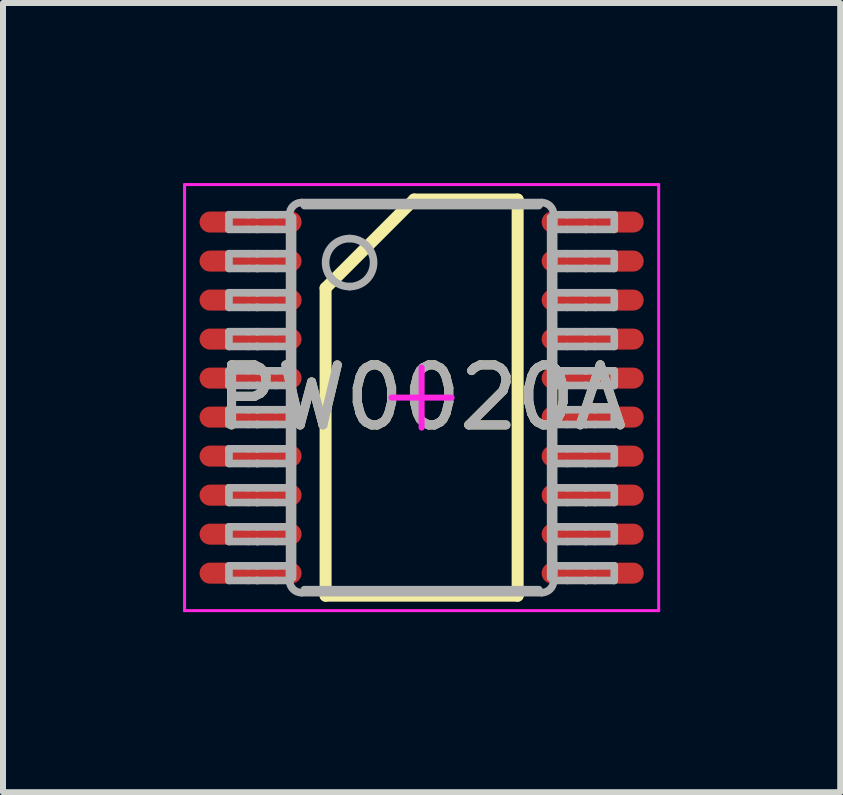
<source format=kicad_pcb>
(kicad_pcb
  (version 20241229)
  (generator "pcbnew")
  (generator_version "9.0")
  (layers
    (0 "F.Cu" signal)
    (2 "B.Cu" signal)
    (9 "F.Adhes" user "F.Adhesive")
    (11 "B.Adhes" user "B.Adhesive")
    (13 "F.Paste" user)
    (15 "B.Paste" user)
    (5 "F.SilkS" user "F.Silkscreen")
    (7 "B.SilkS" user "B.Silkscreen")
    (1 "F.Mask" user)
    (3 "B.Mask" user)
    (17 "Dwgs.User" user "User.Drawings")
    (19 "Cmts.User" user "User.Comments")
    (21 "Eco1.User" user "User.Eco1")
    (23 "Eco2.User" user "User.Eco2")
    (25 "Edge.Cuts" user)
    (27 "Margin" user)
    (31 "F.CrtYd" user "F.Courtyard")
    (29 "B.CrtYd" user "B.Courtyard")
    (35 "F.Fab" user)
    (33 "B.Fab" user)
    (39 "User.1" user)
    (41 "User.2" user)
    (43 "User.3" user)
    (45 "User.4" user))
  (footprint "PW0020A"
    (layer "F.Cu")
    (at 3.975 3.575)
    (property "Reference" "PW0020A" (at 0 0 0) (unlocked yes) (layer "F.SilkS") (effects (font (size 1 1) (thickness 0.15))))
    (attr smd)
    (fp_line (start -1.6 -1.825) (end -0.125 -3.3) (stroke (width 0.2) (type solid)) (layer "F.SilkS"))
    (fp_line (start -1.6 3.3) (end -1.6 -1.825) (stroke (width 0.2) (type solid)) (layer "F.SilkS"))
    (fp_line (start -1.6 3.3) (end 1.6 3.3) (stroke (width 0.2) (type solid)) (layer "F.SilkS"))
    (fp_line (start -0.125 -3.3) (end 1.6 -3.3) (stroke (width 0.2) (type solid)) (layer "F.SilkS"))
    (fp_line (start 1.6 3.3) (end 1.6 -3.3) (stroke (width 0.2) (type solid)) (layer "F.SilkS"))
    (fp_line (start -3.95 -3.55) (end 3.95 -3.55) (stroke (width 0.05) (type solid)) (layer "F.CrtYd"))
    (fp_line (start -3.95 3.55) (end -3.95 -3.55) (stroke (width 0.05) (type solid)) (layer "F.CrtYd"))
    (fp_line (start -3.95 3.55) (end 3.95 3.55) (stroke (width 0.05) (type solid)) (layer "F.CrtYd"))
    (fp_line (start -0.5 0) (end 0.5 0) (stroke (width 0.1) (type solid)) (layer "F.CrtYd"))
    (fp_line (start 0 0.5) (end 0 -0.5) (stroke (width 0.1) (type solid)) (layer "F.CrtYd"))
    (fp_line (start 3.95 3.55) (end 3.95 -3.55) (stroke (width 0.05) (type solid)) (layer "F.CrtYd"))
    (fp_line (start -3.21 -3.047) (end -2.887 -3.047) (stroke (width 0.127) (type solid)) (layer "F.Fab"))
    (fp_line (start -3.21 -2.803) (end -3.21 -3.047) (stroke (width 0.127) (type solid)) (layer "F.Fab"))
    (fp_line (start -3.21 -2.803) (end -2.887 -2.803) (stroke (width 0.127) (type solid)) (layer "F.Fab"))
    (fp_line (start -3.21 -2.398) (end -2.887 -2.398) (stroke (width 0.127) (type solid)) (layer "F.Fab"))
    (fp_line (start -3.21 -2.152) (end -3.21 -2.398) (stroke (width 0.127) (type solid)) (layer "F.Fab"))
    (fp_line (start -3.21 -2.152) (end -2.887 -2.152) (stroke (width 0.127) (type solid)) (layer "F.Fab"))
    (fp_line (start -3.21 -1.747) (end -2.887 -1.747) (stroke (width 0.127) (type solid)) (layer "F.Fab"))
    (fp_line (start -3.21 -1.503) (end -3.21 -1.747) (stroke (width 0.127) (type solid)) (layer "F.Fab"))
    (fp_line (start -3.21 -1.503) (end -2.887 -1.503) (stroke (width 0.127) (type solid)) (layer "F.Fab"))
    (fp_line (start -3.21 -1.098) (end -2.887 -1.098) (stroke (width 0.127) (type solid)) (layer "F.Fab"))
    (fp_line (start -3.21 -0.852) (end -3.21 -1.098) (stroke (width 0.127) (type solid)) (layer "F.Fab"))
    (fp_line (start -3.21 -0.852) (end -2.887 -0.852) (stroke (width 0.127) (type solid)) (layer "F.Fab"))
    (fp_line (start -3.21 -0.447) (end -2.887 -0.447) (stroke (width 0.127) (type solid)) (layer "F.Fab"))
    (fp_line (start -3.21 -0.202) (end -3.21 -0.447) (stroke (width 0.127) (type solid)) (layer "F.Fab"))
    (fp_line (start -3.21 -0.202) (end -2.887 -0.202) (stroke (width 0.127) (type solid)) (layer "F.Fab"))
    (fp_line (start -3.21 0.202) (end -2.887 0.202) (stroke (width 0.127) (type solid)) (layer "F.Fab"))
    (fp_line (start -3.21 0.448) (end -3.21 0.202) (stroke (width 0.127) (type solid)) (layer "F.Fab"))
    (fp_line (start -3.21 0.448) (end -2.887 0.448) (stroke (width 0.127) (type solid)) (layer "F.Fab"))
    (fp_line (start -3.21 0.853) (end -2.887 0.853) (stroke (width 0.127) (type solid)) (layer "F.Fab"))
    (fp_line (start -3.21 1.098) (end -3.21 0.853) (stroke (width 0.127) (type solid)) (layer "F.Fab"))
    (fp_line (start -3.21 1.098) (end -2.887 1.098) (stroke (width 0.127) (type solid)) (layer "F.Fab"))
    (fp_line (start -3.21 1.503) (end -2.887 1.503) (stroke (width 0.127) (type solid)) (layer "F.Fab"))
    (fp_line (start -3.21 1.748) (end -3.21 1.503) (stroke (width 0.127) (type solid)) (layer "F.Fab"))
    (fp_line (start -3.21 1.748) (end -2.887 1.748) (stroke (width 0.127) (type solid)) (layer "F.Fab"))
    (fp_line (start -3.21 2.153) (end -2.887 2.153) (stroke (width 0.127) (type solid)) (layer "F.Fab"))
    (fp_line (start -3.21 2.398) (end -3.21 2.153) (stroke (width 0.127) (type solid)) (layer "F.Fab"))
    (fp_line (start -3.21 2.398) (end -2.887 2.398) (stroke (width 0.127) (type solid)) (layer "F.Fab"))
    (fp_line (start -3.21 2.803) (end -2.887 2.803) (stroke (width 0.127) (type solid)) (layer "F.Fab"))
    (fp_line (start -3.21 3.047) (end -3.21 2.803) (stroke (width 0.127) (type solid)) (layer "F.Fab"))
    (fp_line (start -3.21 3.047) (end -2.887 3.047) (stroke (width 0.127) (type solid)) (layer "F.Fab"))
    (fp_line (start -2.887 -3.047) (end -2.739 -3.047) (stroke (width 0.127) (type solid)) (layer "F.Fab"))
    (fp_line (start -2.887 -2.803) (end -2.739 -2.803) (stroke (width 0.127) (type solid)) (layer "F.Fab"))
    (fp_line (start -2.887 -2.398) (end -2.739 -2.398) (stroke (width 0.127) (type solid)) (layer "F.Fab"))
    (fp_line (start -2.887 -2.152) (end -2.739 -2.152) (stroke (width 0.127) (type solid)) (layer "F.Fab"))
    (fp_line (start -2.887 -1.747) (end -2.739 -1.747) (stroke (width 0.127) (type solid)) (layer "F.Fab"))
    (fp_line (start -2.887 -1.503) (end -2.739 -1.503) (stroke (width 0.127) (type solid)) (layer "F.Fab"))
    (fp_line (start -2.887 -1.098) (end -2.739 -1.098) (stroke (width 0.127) (type solid)) (layer "F.Fab"))
    (fp_line (start -2.887 -0.852) (end -2.739 -0.852) (stroke (width 0.127) (type solid)) (layer "F.Fab"))
    (fp_line (start -2.887 -0.447) (end -2.739 -0.447) (stroke (width 0.127) (type solid)) (layer "F.Fab"))
    (fp_line (start -2.887 -0.202) (end -2.739 -0.202) (stroke (width 0.127) (type solid)) (layer "F.Fab"))
    (fp_line (start -2.887 0.202) (end -2.739 0.202) (stroke (width 0.127) (type solid)) (layer "F.Fab"))
    (fp_line (start -2.887 0.448) (end -2.739 0.448) (stroke (width 0.127) (type solid)) (layer "F.Fab"))
    (fp_line (start -2.887 0.853) (end -2.739 0.853) (stroke (width 0.127) (type solid)) (layer "F.Fab"))
    (fp_line (start -2.887 1.098) (end -2.739 1.098) (stroke (width 0.127) (type solid)) (layer "F.Fab"))
    (fp_line (start -2.887 1.503) (end -2.739 1.503) (stroke (width 0.127) (type solid)) (layer "F.Fab"))
    (fp_line (start -2.887 1.748) (end -2.739 1.748) (stroke (width 0.127) (type solid)) (layer "F.Fab"))
    (fp_line (start -2.887 2.153) (end -2.739 2.153) (stroke (width 0.127) (type solid)) (layer "F.Fab"))
    (fp_line (start -2.887 2.398) (end -2.739 2.398) (stroke (width 0.127) (type solid)) (layer "F.Fab"))
    (fp_line (start -2.887 2.803) (end -2.739 2.803) (stroke (width 0.127) (type solid)) (layer "F.Fab"))
    (fp_line (start -2.887 3.047) (end -2.739 3.047) (stroke (width 0.127) (type solid)) (layer "F.Fab"))
    (fp_line (start -2.739 -3.047) (end -2.733 -3.047) (stroke (width 0.127) (type solid)) (layer "F.Fab"))
    (fp_line (start -2.739 -2.803) (end -2.733 -2.803) (stroke (width 0.127) (type solid)) (layer "F.Fab"))
    (fp_line (start -2.739 -2.398) (end -2.733 -2.398) (stroke (width 0.127) (type solid)) (layer "F.Fab"))
    (fp_line (start -2.739 -2.152) (end -2.733 -2.152) (stroke (width 0.127) (type solid)) (layer "F.Fab"))
    (fp_line (start -2.739 -1.747) (end -2.733 -1.747) (stroke (width 0.127) (type solid)) (layer "F.Fab"))
    (fp_line (start -2.739 -1.503) (end -2.733 -1.503) (stroke (width 0.127) (type solid)) (layer "F.Fab"))
    (fp_line (start -2.739 -1.098) (end -2.733 -1.098) (stroke (width 0.127) (type solid)) (layer "F.Fab"))
    (fp_line (start -2.739 -0.852) (end -2.733 -0.852) (stroke (width 0.127) (type solid)) (layer "F.Fab"))
    (fp_line (start -2.739 -0.447) (end -2.733 -0.447) (stroke (width 0.127) (type solid)) (layer "F.Fab"))
    (fp_line (start -2.739 -0.202) (end -2.733 -0.202) (stroke (width 0.127) (type solid)) (layer "F.Fab"))
    (fp_line (start -2.739 0.202) (end -2.733 0.202) (stroke (width 0.127) (type solid)) (layer "F.Fab"))
    (fp_line (start -2.739 0.448) (end -2.733 0.448) (stroke (width 0.127) (type solid)) (layer "F.Fab"))
    (fp_line (start -2.739 0.853) (end -2.733 0.853) (stroke (width 0.127) (type solid)) (layer "F.Fab"))
    (fp_line (start -2.739 1.098) (end -2.733 1.098) (stroke (width 0.127) (type solid)) (layer "F.Fab"))
    (fp_line (start -2.739 1.503) (end -2.733 1.503) (stroke (width 0.127) (type solid)) (layer "F.Fab"))
    (fp_line (start -2.739 1.748) (end -2.733 1.748) (stroke (width 0.127) (type solid)) (layer "F.Fab"))
    (fp_line (start -2.739 2.153) (end -2.733 2.153) (stroke (width 0.127) (type solid)) (layer "F.Fab"))
    (fp_line (start -2.739 2.398) (end -2.733 2.398) (stroke (width 0.127) (type solid)) (layer "F.Fab"))
    (fp_line (start -2.739 2.803) (end -2.733 2.803) (stroke (width 0.127) (type solid)) (layer "F.Fab"))
    (fp_line (start -2.739 3.047) (end -2.733 3.047) (stroke (width 0.127) (type solid)) (layer "F.Fab"))
    (fp_line (start -2.733 -3.047) (end -2.431 -3.047) (stroke (width 0.127) (type solid)) (layer "F.Fab"))
    (fp_line (start -2.733 -2.803) (end -2.431 -2.803) (stroke (width 0.127) (type solid)) (layer "F.Fab"))
    (fp_line (start -2.733 -2.398) (end -2.431 -2.398) (stroke (width 0.127) (type solid)) (layer "F.Fab"))
    (fp_line (start -2.733 -2.152) (end -2.431 -2.152) (stroke (width 0.127) (type solid)) (layer "F.Fab"))
    (fp_line (start -2.733 -1.747) (end -2.431 -1.747) (stroke (width 0.127) (type solid)) (layer "F.Fab"))
    (fp_line (start -2.733 -1.503) (end -2.431 -1.503) (stroke (width 0.127) (type solid)) (layer "F.Fab"))
    (fp_line (start -2.733 -1.098) (end -2.431 -1.098) (stroke (width 0.127) (type solid)) (layer "F.Fab"))
    (fp_line (start -2.733 -0.852) (end -2.431 -0.852) (stroke (width 0.127) (type solid)) (layer "F.Fab"))
    (fp_line (start -2.733 -0.447) (end -2.431 -0.447) (stroke (width 0.127) (type solid)) (layer "F.Fab"))
    (fp_line (start -2.733 -0.202) (end -2.431 -0.202) (stroke (width 0.127) (type solid)) (layer "F.Fab"))
    (fp_line (start -2.733 0.202) (end -2.431 0.202) (stroke (width 0.127) (type solid)) (layer "F.Fab"))
    (fp_line (start -2.733 0.448) (end -2.431 0.448) (stroke (width 0.127) (type solid)) (layer "F.Fab"))
    (fp_line (start -2.733 0.853) (end -2.431 0.853) (stroke (width 0.127) (type solid)) (layer "F.Fab"))
    (fp_line (start -2.733 1.098) (end -2.431 1.098) (stroke (width 0.127) (type solid)) (layer "F.Fab"))
    (fp_line (start -2.733 1.503) (end -2.431 1.503) (stroke (width 0.127) (type solid)) (layer "F.Fab"))
    (fp_line (start -2.733 1.748) (end -2.431 1.748) (stroke (width 0.127) (type solid)) (layer "F.Fab"))
    (fp_line (start -2.733 2.153) (end -2.431 2.153) (stroke (width 0.127) (type solid)) (layer "F.Fab"))
    (fp_line (start -2.733 2.398) (end -2.431 2.398) (stroke (width 0.127) (type solid)) (layer "F.Fab"))
    (fp_line (start -2.733 2.803) (end -2.431 2.803) (stroke (width 0.127) (type solid)) (layer "F.Fab"))
    (fp_line (start -2.733 3.047) (end -2.431 3.047) (stroke (width 0.127) (type solid)) (layer "F.Fab"))
    (fp_line (start -2.431 -3.047) (end -2.2 -3.047) (stroke (width 0.127) (type solid)) (layer "F.Fab"))
    (fp_line (start -2.431 -2.803) (end -2.2 -2.803) (stroke (width 0.127) (type solid)) (layer "F.Fab"))
    (fp_line (start -2.431 -2.398) (end -2.2 -2.398) (stroke (width 0.127) (type solid)) (layer "F.Fab"))
    (fp_line (start -2.431 -2.152) (end -2.2 -2.152) (stroke (width 0.127) (type solid)) (layer "F.Fab"))
    (fp_line (start -2.431 -1.747) (end -2.2 -1.747) (stroke (width 0.127) (type solid)) (layer "F.Fab"))
    (fp_line (start -2.431 -1.503) (end -2.2 -1.503) (stroke (width 0.127) (type solid)) (layer "F.Fab"))
    (fp_line (start -2.431 -1.098) (end -2.2 -1.098) (stroke (width 0.127) (type solid)) (layer "F.Fab"))
    (fp_line (start -2.431 -0.852) (end -2.2 -0.852) (stroke (width 0.127) (type solid)) (layer "F.Fab"))
    (fp_line (start -2.431 -0.447) (end -2.2 -0.447) (stroke (width 0.127) (type solid)) (layer "F.Fab"))
    (fp_line (start -2.431 -0.202) (end -2.2 -0.202) (stroke (width 0.127) (type solid)) (layer "F.Fab"))
    (fp_line (start -2.431 0.202) (end -2.2 0.202) (stroke (width 0.127) (type solid)) (layer "F.Fab"))
    (fp_line (start -2.431 0.448) (end -2.2 0.448) (stroke (width 0.127) (type solid)) (layer "F.Fab"))
    (fp_line (start -2.431 0.853) (end -2.2 0.853) (stroke (width 0.127) (type solid)) (layer "F.Fab"))
    (fp_line (start -2.431 1.098) (end -2.2 1.098) (stroke (width 0.127) (type solid)) (layer "F.Fab"))
    (fp_line (start -2.431 1.503) (end -2.2 1.503) (stroke (width 0.127) (type solid)) (layer "F.Fab"))
    (fp_line (start -2.431 1.748) (end -2.2 1.748) (stroke (width 0.127) (type solid)) (layer "F.Fab"))
    (fp_line (start -2.431 2.153) (end -2.2 2.153) (stroke (width 0.127) (type solid)) (layer "F.Fab"))
    (fp_line (start -2.431 2.398) (end -2.2 2.398) (stroke (width 0.127) (type solid)) (layer "F.Fab"))
    (fp_line (start -2.431 2.803) (end -2.2 2.803) (stroke (width 0.127) (type solid)) (layer "F.Fab"))
    (fp_line (start -2.431 3.047) (end -2.2 3.047) (stroke (width 0.127) (type solid)) (layer "F.Fab"))
    (fp_line (start -2.2 -2.803) (end -2.2 -3.047) (stroke (width 0.127) (type solid)) (layer "F.Fab"))
    (fp_line (start -2.2 -2.152) (end -2.2 -2.398) (stroke (width 0.127) (type solid)) (layer "F.Fab"))
    (fp_line (start -2.2 -1.503) (end -2.2 -1.747) (stroke (width 0.127) (type solid)) (layer "F.Fab"))
    (fp_line (start -2.2 -0.852) (end -2.2 -1.098) (stroke (width 0.127) (type solid)) (layer "F.Fab"))
    (fp_line (start -2.2 -0.202) (end -2.2 -0.447) (stroke (width 0.127) (type solid)) (layer "F.Fab"))
    (fp_line (start -2.2 0.448) (end -2.2 0.202) (stroke (width 0.127) (type solid)) (layer "F.Fab"))
    (fp_line (start -2.2 1.098) (end -2.2 0.853) (stroke (width 0.127) (type solid)) (layer "F.Fab"))
    (fp_line (start -2.2 1.748) (end -2.2 1.503) (stroke (width 0.127) (type solid)) (layer "F.Fab"))
    (fp_line (start -2.2 2.398) (end -2.2 2.153) (stroke (width 0.127) (type solid)) (layer "F.Fab"))
    (fp_line (start -2.2 3.047) (end -2.2 2.803) (stroke (width 0.127) (type solid)) (layer "F.Fab"))
    (fp_line (start -2.2 3.05) (end -2.2 -3.05) (stroke (width 0.127) (type solid)) (layer "F.Fab"))
    (fp_line (start -2.15 3.004) (end -2.15 -3.004) (stroke (width 0.127) (type solid)) (layer "F.Fab"))
    (fp_line (start -2 -3.25) (end 2 -3.25) (stroke (width 0.127) (type solid)) (layer "F.Fab"))
    (fp_line (start -2 3.25) (end 2 3.25) (stroke (width 0.127) (type solid)) (layer "F.Fab"))
    (fp_line (start -1.954 -3.2) (end 1.954 -3.2) (stroke (width 0.127) (type solid)) (layer "F.Fab"))
    (fp_line (start -1.954 3.2) (end 1.954 3.2) (stroke (width 0.127) (type solid)) (layer "F.Fab"))
    (fp_line (start 2.15 3.004) (end 2.15 -3.004) (stroke (width 0.127) (type solid)) (layer "F.Fab"))
    (fp_line (start 2.2 -3.047) (end 2.43 -3.047) (stroke (width 0.127) (type solid)) (layer "F.Fab"))
    (fp_line (start 2.2 -2.803) (end 2.2 -3.047) (stroke (width 0.127) (type solid)) (layer "F.Fab"))
    (fp_line (start 2.2 -2.803) (end 2.43 -2.803) (stroke (width 0.127) (type solid)) (layer "F.Fab"))
    (fp_line (start 2.2 -2.398) (end 2.43 -2.398) (stroke (width 0.127) (type solid)) (layer "F.Fab"))
    (fp_line (start 2.2 -2.152) (end 2.2 -2.398) (stroke (width 0.127) (type solid)) (layer "F.Fab"))
    (fp_line (start 2.2 -2.152) (end 2.43 -2.152) (stroke (width 0.127) (type solid)) (layer "F.Fab"))
    (fp_line (start 2.2 -1.747) (end 2.43 -1.747) (stroke (width 0.127) (type solid)) (layer "F.Fab"))
    (fp_line (start 2.2 -1.503) (end 2.2 -1.747) (stroke (width 0.127) (type solid)) (layer "F.Fab"))
    (fp_line (start 2.2 -1.503) (end 2.43 -1.503) (stroke (width 0.127) (type solid)) (layer "F.Fab"))
    (fp_line (start 2.2 -1.098) (end 2.43 -1.098) (stroke (width 0.127) (type solid)) (layer "F.Fab"))
    (fp_line (start 2.2 -0.852) (end 2.2 -1.098) (stroke (width 0.127) (type solid)) (layer "F.Fab"))
    (fp_line (start 2.2 -0.852) (end 2.43 -0.852) (stroke (width 0.127) (type solid)) (layer "F.Fab"))
    (fp_line (start 2.2 -0.447) (end 2.43 -0.447) (stroke (width 0.127) (type solid)) (layer "F.Fab"))
    (fp_line (start 2.2 -0.202) (end 2.2 -0.447) (stroke (width 0.127) (type solid)) (layer "F.Fab"))
    (fp_line (start 2.2 -0.202) (end 2.43 -0.202) (stroke (width 0.127) (type solid)) (layer "F.Fab"))
    (fp_line (start 2.2 0.202) (end 2.43 0.202) (stroke (width 0.127) (type solid)) (layer "F.Fab"))
    (fp_line (start 2.2 0.448) (end 2.2 0.202) (stroke (width 0.127) (type solid)) (layer "F.Fab"))
    (fp_line (start 2.2 0.448) (end 2.43 0.448) (stroke (width 0.127) (type solid)) (layer "F.Fab"))
    (fp_line (start 2.2 0.853) (end 2.43 0.853) (stroke (width 0.127) (type solid)) (layer "F.Fab"))
    (fp_line (start 2.2 1.098) (end 2.2 0.853) (stroke (width 0.127) (type solid)) (layer "F.Fab"))
    (fp_line (start 2.2 1.098) (end 2.43 1.098) (stroke (width 0.127) (type solid)) (layer "F.Fab"))
    (fp_line (start 2.2 1.503) (end 2.43 1.503) (stroke (width 0.127) (type solid)) (layer "F.Fab"))
    (fp_line (start 2.2 1.748) (end 2.2 1.503) (stroke (width 0.127) (type solid)) (layer "F.Fab"))
    (fp_line (start 2.2 1.748) (end 2.43 1.748) (stroke (width 0.127) (type solid)) (layer "F.Fab"))
    (fp_line (start 2.2 2.153) (end 2.43 2.153) (stroke (width 0.127) (type solid)) (layer "F.Fab"))
    (fp_line (start 2.2 2.398) (end 2.2 2.153) (stroke (width 0.127) (type solid)) (layer "F.Fab"))
    (fp_line (start 2.2 2.398) (end 2.43 2.398) (stroke (width 0.127) (type solid)) (layer "F.Fab"))
    (fp_line (start 2.2 2.803) (end 2.43 2.803) (stroke (width 0.127) (type solid)) (layer "F.Fab"))
    (fp_line (start 2.2 3.047) (end 2.2 2.803) (stroke (width 0.127) (type solid)) (layer "F.Fab"))
    (fp_line (start 2.2 3.047) (end 2.43 3.047) (stroke (width 0.127) (type solid)) (layer "F.Fab"))
    (fp_line (start 2.2 3.05) (end 2.2 -3.05) (stroke (width 0.127) (type solid)) (layer "F.Fab"))
    (fp_line (start 2.43 -3.047) (end 2.733 -3.047) (stroke (width 0.127) (type solid)) (layer "F.Fab"))
    (fp_line (start 2.43 -2.803) (end 2.733 -2.803) (stroke (width 0.127) (type solid)) (layer "F.Fab"))
    (fp_line (start 2.43 -2.398) (end 2.733 -2.398) (stroke (width 0.127) (type solid)) (layer "F.Fab"))
    (fp_line (start 2.43 -2.152) (end 2.733 -2.152) (stroke (width 0.127) (type solid)) (layer "F.Fab"))
    (fp_line (start 2.43 -1.747) (end 2.733 -1.747) (stroke (width 0.127) (type solid)) (layer "F.Fab"))
    (fp_line (start 2.43 -1.503) (end 2.733 -1.503) (stroke (width 0.127) (type solid)) (layer "F.Fab"))
    (fp_line (start 2.43 -1.098) (end 2.733 -1.098) (stroke (width 0.127) (type solid)) (layer "F.Fab"))
    (fp_line (start 2.43 -0.852) (end 2.733 -0.852) (stroke (width 0.127) (type solid)) (layer "F.Fab"))
    (fp_line (start 2.43 -0.447) (end 2.733 -0.447) (stroke (width 0.127) (type solid)) (layer "F.Fab"))
    (fp_line (start 2.43 -0.202) (end 2.733 -0.202) (stroke (width 0.127) (type solid)) (layer "F.Fab"))
    (fp_line (start 2.43 0.202) (end 2.733 0.202) (stroke (width 0.127) (type solid)) (layer "F.Fab"))
    (fp_line (start 2.43 0.448) (end 2.733 0.448) (stroke (width 0.127) (type solid)) (layer "F.Fab"))
    (fp_line (start 2.43 0.853) (end 2.733 0.853) (stroke (width 0.127) (type solid)) (layer "F.Fab"))
    (fp_line (start 2.43 1.098) (end 2.733 1.098) (stroke (width 0.127) (type solid)) (layer "F.Fab"))
    (fp_line (start 2.43 1.503) (end 2.733 1.503) (stroke (width 0.127) (type solid)) (layer "F.Fab"))
    (fp_line (start 2.43 1.748) (end 2.733 1.748) (stroke (width 0.127) (type solid)) (layer "F.Fab"))
    (fp_line (start 2.43 2.153) (end 2.733 2.153) (stroke (width 0.127) (type solid)) (layer "F.Fab"))
    (fp_line (start 2.43 2.398) (end 2.733 2.398) (stroke (width 0.127) (type solid)) (layer "F.Fab"))
    (fp_line (start 2.43 2.803) (end 2.733 2.803) (stroke (width 0.127) (type solid)) (layer "F.Fab"))
    (fp_line (start 2.43 3.047) (end 2.733 3.047) (stroke (width 0.127) (type solid)) (layer "F.Fab"))
    (fp_line (start 2.733 -3.047) (end 2.739 -3.047) (stroke (width 0.127) (type solid)) (layer "F.Fab"))
    (fp_line (start 2.733 -2.803) (end 2.739 -2.803) (stroke (width 0.127) (type solid)) (layer "F.Fab"))
    (fp_line (start 2.733 -2.398) (end 2.739 -2.398) (stroke (width 0.127) (type solid)) (layer "F.Fab"))
    (fp_line (start 2.733 -2.152) (end 2.739 -2.152) (stroke (width 0.127) (type solid)) (layer "F.Fab"))
    (fp_line (start 2.733 -1.747) (end 2.739 -1.747) (stroke (width 0.127) (type solid)) (layer "F.Fab"))
    (fp_line (start 2.733 -1.503) (end 2.739 -1.503) (stroke (width 0.127) (type solid)) (layer "F.Fab"))
    (fp_line (start 2.733 -1.098) (end 2.739 -1.098) (stroke (width 0.127) (type solid)) (layer "F.Fab"))
    (fp_line (start 2.733 -0.852) (end 2.739 -0.852) (stroke (width 0.127) (type solid)) (layer "F.Fab"))
    (fp_line (start 2.733 -0.447) (end 2.739 -0.447) (stroke (width 0.127) (type solid)) (layer "F.Fab"))
    (fp_line (start 2.733 -0.202) (end 2.739 -0.202) (stroke (width 0.127) (type solid)) (layer "F.Fab"))
    (fp_line (start 2.733 0.202) (end 2.739 0.202) (stroke (width 0.127) (type solid)) (layer "F.Fab"))
    (fp_line (start 2.733 0.448) (end 2.739 0.448) (stroke (width 0.127) (type solid)) (layer "F.Fab"))
    (fp_line (start 2.733 0.853) (end 2.739 0.853) (stroke (width 0.127) (type solid)) (layer "F.Fab"))
    (fp_line (start 2.733 1.098) (end 2.739 1.098) (stroke (width 0.127) (type solid)) (layer "F.Fab"))
    (fp_line (start 2.733 1.503) (end 2.739 1.503) (stroke (width 0.127) (type solid)) (layer "F.Fab"))
    (fp_line (start 2.733 1.748) (end 2.739 1.748) (stroke (width 0.127) (type solid)) (layer "F.Fab"))
    (fp_line (start 2.733 2.153) (end 2.739 2.153) (stroke (width 0.127) (type solid)) (layer "F.Fab"))
    (fp_line (start 2.733 2.398) (end 2.739 2.398) (stroke (width 0.127) (type solid)) (layer "F.Fab"))
    (fp_line (start 2.733 2.803) (end 2.739 2.803) (stroke (width 0.127) (type solid)) (layer "F.Fab"))
    (fp_line (start 2.733 3.047) (end 2.739 3.047) (stroke (width 0.127) (type solid)) (layer "F.Fab"))
    (fp_line (start 2.739 -3.047) (end 2.887 -3.047) (stroke (width 0.127) (type solid)) (layer "F.Fab"))
    (fp_line (start 2.739 -2.803) (end 2.887 -2.803) (stroke (width 0.127) (type solid)) (layer "F.Fab"))
    (fp_line (start 2.739 -2.398) (end 2.887 -2.398) (stroke (width 0.127) (type solid)) (layer "F.Fab"))
    (fp_line (start 2.739 -2.152) (end 2.887 -2.152) (stroke (width 0.127) (type solid)) (layer "F.Fab"))
    (fp_line (start 2.739 -1.747) (end 2.887 -1.747) (stroke (width 0.127) (type solid)) (layer "F.Fab"))
    (fp_line (start 2.739 -1.503) (end 2.887 -1.503) (stroke (width 0.127) (type solid)) (layer "F.Fab"))
    (fp_line (start 2.739 -1.098) (end 2.887 -1.098) (stroke (width 0.127) (type solid)) (layer "F.Fab"))
    (fp_line (start 2.739 -0.852) (end 2.887 -0.852) (stroke (width 0.127) (type solid)) (layer "F.Fab"))
    (fp_line (start 2.739 -0.447) (end 2.887 -0.447) (stroke (width 0.127) (type solid)) (layer "F.Fab"))
    (fp_line (start 2.739 -0.202) (end 2.887 -0.202) (stroke (width 0.127) (type solid)) (layer "F.Fab"))
    (fp_line (start 2.739 0.202) (end 2.887 0.202) (stroke (width 0.127) (type solid)) (layer "F.Fab"))
    (fp_line (start 2.739 0.448) (end 2.887 0.448) (stroke (width 0.127) (type solid)) (layer "F.Fab"))
    (fp_line (start 2.739 0.853) (end 2.887 0.853) (stroke (width 0.127) (type solid)) (layer "F.Fab"))
    (fp_line (start 2.739 1.098) (end 2.887 1.098) (stroke (width 0.127) (type solid)) (layer "F.Fab"))
    (fp_line (start 2.739 1.503) (end 2.887 1.503) (stroke (width 0.127) (type solid)) (layer "F.Fab"))
    (fp_line (start 2.739 1.748) (end 2.887 1.748) (stroke (width 0.127) (type solid)) (layer "F.Fab"))
    (fp_line (start 2.739 2.153) (end 2.887 2.153) (stroke (width 0.127) (type solid)) (layer "F.Fab"))
    (fp_line (start 2.739 2.398) (end 2.887 2.398) (stroke (width 0.127) (type solid)) (layer "F.Fab"))
    (fp_line (start 2.739 2.803) (end 2.887 2.803) (stroke (width 0.127) (type solid)) (layer "F.Fab"))
    (fp_line (start 2.739 3.047) (end 2.887 3.047) (stroke (width 0.127) (type solid)) (layer "F.Fab"))
    (fp_line (start 2.887 -3.047) (end 3.21 -3.047) (stroke (width 0.127) (type solid)) (layer "F.Fab"))
    (fp_line (start 2.887 -2.803) (end 3.21 -2.803) (stroke (width 0.127) (type solid)) (layer "F.Fab"))
    (fp_line (start 2.887 -2.398) (end 3.21 -2.398) (stroke (width 0.127) (type solid)) (layer "F.Fab"))
    (fp_line (start 2.887 -2.152) (end 3.21 -2.152) (stroke (width 0.127) (type solid)) (layer "F.Fab"))
    (fp_line (start 2.887 -1.747) (end 3.21 -1.747) (stroke (width 0.127) (type solid)) (layer "F.Fab"))
    (fp_line (start 2.887 -1.503) (end 3.21 -1.503) (stroke (width 0.127) (type solid)) (layer "F.Fab"))
    (fp_line (start 2.887 -1.098) (end 3.21 -1.098) (stroke (width 0.127) (type solid)) (layer "F.Fab"))
    (fp_line (start 2.887 -0.852) (end 3.21 -0.852) (stroke (width 0.127) (type solid)) (layer "F.Fab"))
    (fp_line (start 2.887 -0.447) (end 3.21 -0.447) (stroke (width 0.127) (type solid)) (layer "F.Fab"))
    (fp_line (start 2.887 -0.202) (end 3.21 -0.202) (stroke (width 0.127) (type solid)) (layer "F.Fab"))
    (fp_line (start 2.887 0.202) (end 3.21 0.202) (stroke (width 0.127) (type solid)) (layer "F.Fab"))
    (fp_line (start 2.887 0.448) (end 3.21 0.448) (stroke (width 0.127) (type solid)) (layer "F.Fab"))
    (fp_line (start 2.887 0.853) (end 3.21 0.853) (stroke (width 0.127) (type solid)) (layer "F.Fab"))
    (fp_line (start 2.887 1.098) (end 3.21 1.098) (stroke (width 0.127) (type solid)) (layer "F.Fab"))
    (fp_line (start 2.887 1.503) (end 3.21 1.503) (stroke (width 0.127) (type solid)) (layer "F.Fab"))
    (fp_line (start 2.887 1.748) (end 3.21 1.748) (stroke (width 0.127) (type solid)) (layer "F.Fab"))
    (fp_line (start 2.887 2.153) (end 3.21 2.153) (stroke (width 0.127) (type solid)) (layer "F.Fab"))
    (fp_line (start 2.887 2.398) (end 3.21 2.398) (stroke (width 0.127) (type solid)) (layer "F.Fab"))
    (fp_line (start 2.887 2.803) (end 3.21 2.803) (stroke (width 0.127) (type solid)) (layer "F.Fab"))
    (fp_line (start 2.887 3.047) (end 3.21 3.047) (stroke (width 0.127) (type solid)) (layer "F.Fab"))
    (fp_line (start 3.21 -2.803) (end 3.21 -3.047) (stroke (width 0.127) (type solid)) (layer "F.Fab"))
    (fp_line (start 3.21 -2.152) (end 3.21 -2.398) (stroke (width 0.127) (type solid)) (layer "F.Fab"))
    (fp_line (start 3.21 -1.503) (end 3.21 -1.747) (stroke (width 0.127) (type solid)) (layer "F.Fab"))
    (fp_line (start 3.21 -0.852) (end 3.21 -1.098) (stroke (width 0.127) (type solid)) (layer "F.Fab"))
    (fp_line (start 3.21 -0.202) (end 3.21 -0.447) (stroke (width 0.127) (type solid)) (layer "F.Fab"))
    (fp_line (start 3.21 0.448) (end 3.21 0.202) (stroke (width 0.127) (type solid)) (layer "F.Fab"))
    (fp_line (start 3.21 1.098) (end 3.21 0.853) (stroke (width 0.127) (type solid)) (layer "F.Fab"))
    (fp_line (start 3.21 1.748) (end 3.21 1.503) (stroke (width 0.127) (type solid)) (layer "F.Fab"))
    (fp_line (start 3.21 2.398) (end 3.21 2.153) (stroke (width 0.127) (type solid)) (layer "F.Fab"))
    (fp_line (start 3.21 3.047) (end 3.21 2.803) (stroke (width 0.127) (type solid)) (layer "F.Fab"))
    (fp_arc (start -2.200026 -3.050001) (mid -2.141435 -3.191428) (end -2.000001 -3.250001) (stroke (width 0.127) (type solid)) (layer "F.Fab"))
    (fp_arc (start -2.000001 3.250011) (mid -2.141435 3.191438) (end -2.200026 3.050012) (stroke (width 0.127) (type solid)) (layer "F.Fab"))
    (fp_arc (start -1.200003 -2.650002) (mid -0.800003 -2.250003) (end -1.200003 -1.850004) (stroke (width 0.127) (type solid)) (layer "F.Fab"))
    (fp_arc (start -1.200003 -1.850004) (mid -1.600002 -2.250003) (end -1.200003 -2.650002) (stroke (width 0.127) (type solid)) (layer "F.Fab"))
    (fp_arc (start 1.999991 -3.250001) (mid 2.141412 -3.191423) (end 2.199991 -3.050002) (stroke (width 0.127) (type solid)) (layer "F.Fab"))
    (fp_arc (start 2.199991 3.050012) (mid 2.141412 3.191433) (end 1.999991 3.250011) (stroke (width 0.127) (type solid)) (layer "F.Fab"))
    (fp_text user "${REFERENCE}" (at 0 0 0) (unlocked yes) (layer "F.Fab") (effects (font (size 1 1) (thickness 0.15))))
    (pad "1" smd oval (at -2.85 -2.925 90) (size 0.35 1.7) (layers "F.Cu" "F.Mask" "F.Paste"))
    (pad "2" smd oval (at -2.85 -2.275 90) (size 0.35 1.7) (layers "F.Cu" "F.Mask" "F.Paste"))
    (pad "3" smd oval (at -2.85 -1.625 90) (size 0.35 1.7) (layers "F.Cu" "F.Mask" "F.Paste"))
    (pad "4" smd oval (at -2.85 -0.975 90) (size 0.35 1.7) (layers "F.Cu" "F.Mask" "F.Paste"))
    (pad "5" smd oval (at -2.85 -0.325 90) (size 0.35 1.7) (layers "F.Cu" "F.Mask" "F.Paste"))
    (pad "6" smd oval (at -2.85 0.325 90) (size 0.35 1.7) (layers "F.Cu" "F.Mask" "F.Paste"))
    (pad "7" smd oval (at -2.85 0.975 90) (size 0.35 1.7) (layers "F.Cu" "F.Mask" "F.Paste"))
    (pad "8" smd oval (at -2.85 1.625 90) (size 0.35 1.7) (layers "F.Cu" "F.Mask" "F.Paste"))
    (pad "9" smd oval (at -2.85 2.275 90) (size 0.35 1.7) (layers "F.Cu" "F.Mask" "F.Paste"))
    (pad "10" smd oval (at -2.85 2.925 90) (size 0.35 1.7) (layers "F.Cu" "F.Mask" "F.Paste"))
    (pad "11" smd oval (at 2.85 2.925 90) (size 0.35 1.7) (layers "F.Cu" "F.Mask" "F.Paste"))
    (pad "12" smd oval (at 2.85 2.275 90) (size 0.35 1.7) (layers "F.Cu" "F.Mask" "F.Paste"))
    (pad "13" smd oval (at 2.85 1.625 90) (size 0.35 1.7) (layers "F.Cu" "F.Mask" "F.Paste"))
    (pad "14" smd oval (at 2.85 0.975 90) (size 0.35 1.7) (layers "F.Cu" "F.Mask" "F.Paste"))
    (pad "15" smd oval (at 2.85 0.325 90) (size 0.35 1.7) (layers "F.Cu" "F.Mask" "F.Paste"))
    (pad "16" smd oval (at 2.85 -0.325 90) (size 0.35 1.7) (layers "F.Cu" "F.Mask" "F.Paste"))
    (pad "17" smd oval (at 2.85 -0.975 90) (size 0.35 1.7) (layers "F.Cu" "F.Mask" "F.Paste"))
    (pad "18" smd oval (at 2.85 -1.625 90) (size 0.35 1.7) (layers "F.Cu" "F.Mask" "F.Paste"))
    (pad "19" smd oval (at 2.85 -2.275 90) (size 0.35 1.7) (layers "F.Cu" "F.Mask" "F.Paste"))
    (pad "20" smd oval (at 2.85 -2.925 90) (size 0.35 1.7) (layers "F.Cu" "F.Mask" "F.Paste")))
  (gr_rect
    (start -3 -3)
    (end 10.95 10.15)
    (stroke (width 0.1) (type default))
    (fill no)
    (layer "Edge.Cuts")))
</source>
